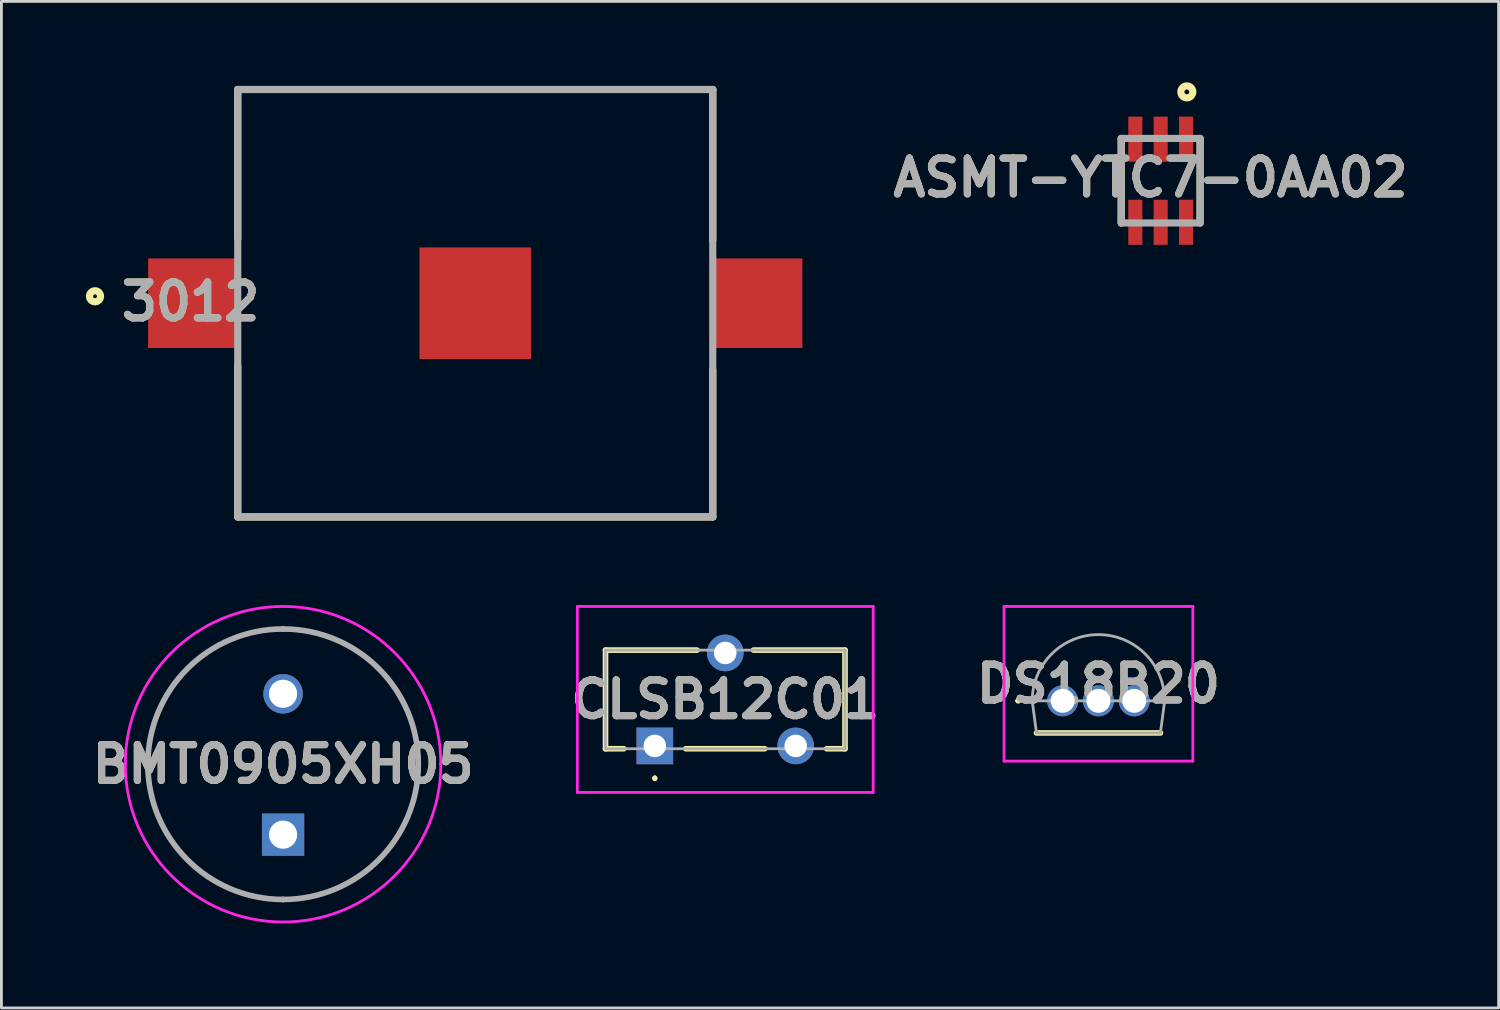
<source format=kicad_pcb>
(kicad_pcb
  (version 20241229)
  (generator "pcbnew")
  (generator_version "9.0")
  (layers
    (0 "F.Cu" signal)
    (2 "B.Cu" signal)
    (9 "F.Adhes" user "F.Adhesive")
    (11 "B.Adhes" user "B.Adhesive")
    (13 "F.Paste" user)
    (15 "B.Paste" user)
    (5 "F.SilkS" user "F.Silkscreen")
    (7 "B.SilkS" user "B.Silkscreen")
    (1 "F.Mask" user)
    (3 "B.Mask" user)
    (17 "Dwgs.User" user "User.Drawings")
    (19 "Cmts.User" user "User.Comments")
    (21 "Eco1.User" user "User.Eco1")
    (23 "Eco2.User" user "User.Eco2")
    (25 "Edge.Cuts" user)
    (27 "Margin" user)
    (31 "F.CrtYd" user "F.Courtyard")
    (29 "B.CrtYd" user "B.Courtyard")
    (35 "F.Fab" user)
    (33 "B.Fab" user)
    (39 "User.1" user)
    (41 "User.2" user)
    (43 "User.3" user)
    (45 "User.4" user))
  (footprint "DS18B20"
    (layer "F.Cu")
    (at 35.936 21.824)
    (property "Reference" "DS18B20" (at 0 -0.605 0) (layer "F.SilkS") (effects (font (size 1.27 1.27) (thickness 0.254))))
    (attr through_hole)
    (fp_line (start -2.9 0) (end -2.9 0) (stroke (width 0.1) (type solid)) (layer "F.SilkS"))
    (fp_line (start -2.8 0) (end -2.8 0) (stroke (width 0.1) (type solid)) (layer "F.SilkS"))
    (fp_line (start -2.2 1.14) (end 2.2 1.14) (stroke (width 0.2) (type solid)) (layer "F.SilkS"))
    (fp_arc (start -2.9 0) (mid -2.85 -0.05) (end -2.8 0) (stroke (width 0.1) (type solid)) (layer "F.SilkS"))
    (fp_arc (start -2.8 0) (mid -2.85 0.05) (end -2.9 0) (stroke (width 0.1) (type solid)) (layer "F.SilkS"))
    (fp_line (start -3.35 -3.35) (end 3.35 -3.35) (stroke (width 0.1) (type solid)) (layer "F.CrtYd"))
    (fp_line (start -3.35 2.14) (end -3.35 -3.35) (stroke (width 0.1) (type solid)) (layer "F.CrtYd"))
    (fp_line (start 3.35 -3.35) (end 3.35 2.14) (stroke (width 0.1) (type solid)) (layer "F.CrtYd"))
    (fp_line (start 3.35 2.14) (end -3.35 2.14) (stroke (width 0.1) (type solid)) (layer "F.CrtYd"))
    (fp_line (start -2.35 0) (end -2.2 1.14) (stroke (width 0.1) (type solid)) (layer "F.Fab"))
    (fp_line (start -2.35 0) (end 2.35 0) (stroke (width 0.1) (type solid)) (layer "F.Fab"))
    (fp_line (start -2.2 1.14) (end 2.2 1.14) (stroke (width 0.1) (type solid)) (layer "F.Fab"))
    (fp_line (start 2.2 1.14) (end 2.35 0) (stroke (width 0.1) (type solid)) (layer "F.Fab"))
    (fp_line (start 2.35 0) (end 2.35 0) (stroke (width 0.1) (type solid)) (layer "F.Fab"))
    (fp_arc (start -2.35 0) (mid 0 -2.35) (end 2.35 0) (stroke (width 0.1) (type solid)) (layer "F.Fab"))
    (fp_text user "${REFERENCE}" (at 0 -0.605 0) (layer "F.Fab") (effects (font (size 1.27 1.27) (thickness 0.254))))
    (pad "1" thru_hole circle (at -1.27 0) (size 1.1 1.1) (drill 0.85) (layers "*.Cu" "*.Mask"))
    (pad "2" thru_hole circle (at 0 0) (size 1.1 1.1) (drill 0.85) (layers "*.Cu" "*.Mask"))
    (pad "3" thru_hole circle (at 1.27 0) (size 1.1 1.1) (drill 0.85) (layers "*.Cu" "*.Mask")))
  (footprint "ASMT-YTC7-0AA02"
    (layer "F.Cu")
    (at 38.145 3.364)
    (property "Reference" "ASMT-YTC7-0AA02" (at -0.361 -0.107 0) (layer "F.SilkS") (effects (font (size 1.27 1.27) (thickness 0.254))))
    (attr smd)
    (fp_line (start -1.4 -1.5) (end -1.4 1.5) (stroke (width 0.254) (type solid)) (layer "F.SilkS"))
    (fp_line (start 1.4 -1.5) (end 1.4 1.5) (stroke (width 0.254) (type solid)) (layer "F.SilkS"))
    (fp_circle (center 0.928 -3.152) (end 0.928 -3.067) (stroke (width 0.254) (type solid)) (fill no) (layer "F.SilkS"))
    (fp_line (start -1.4 -1.5) (end 1.4 -1.5) (stroke (width 0.254) (type solid)) (layer "F.Fab"))
    (fp_line (start -1.4 1.5) (end -1.4 -1.5) (stroke (width 0.254) (type solid)) (layer "F.Fab"))
    (fp_line (start 1.4 -1.5) (end 1.4 1.5) (stroke (width 0.254) (type solid)) (layer "F.Fab"))
    (fp_line (start 1.4 1.5) (end -1.4 1.5) (stroke (width 0.254) (type solid)) (layer "F.Fab"))
    (fp_text user "${REFERENCE}" (at -0.361 -0.107 0) (layer "F.Fab") (effects (font (size 1.27 1.27) (thickness 0.254))))
    (pad "1" smd rect (at 0.9 -1.475) (size 0.5 1.6) (layers "F.Cu" "F.Mask" "F.Paste"))
    (pad "2" smd rect (at 0 -1.475) (size 0.5 1.6) (layers "F.Cu" "F.Mask" "F.Paste"))
    (pad "3" smd rect (at -0.9 -1.475) (size 0.5 1.6) (layers "F.Cu" "F.Mask" "F.Paste"))
    (pad "4" smd rect (at -0.9 1.475) (size 0.5 1.6) (layers "F.Cu" "F.Mask" "F.Paste"))
    (pad "5" smd rect (at 0 1.475) (size 0.5 1.6) (layers "F.Cu" "F.Mask" "F.Paste"))
    (pad "6" smd rect (at 0.9 1.475) (size 0.5 1.6) (layers "F.Cu" "F.Mask" "F.Paste")))
  (footprint "CLSB12C01"
    (layer "F.Cu")
    (at 20.191 23.424)
    (property "Reference" "CLSB12C01" (at 2.5 -1.65 0) (layer "F.SilkS") (effects (font (size 1.27 1.27) (thickness 0.254))))
    (attr through_hole)
    (fp_line (start -1.75 -3.4) (end -1.75 0.1) (stroke (width 0.2) (type solid)) (layer "F.SilkS"))
    (fp_line (start -1.75 0.1) (end -1.1 0.1) (stroke (width 0.2) (type solid)) (layer "F.SilkS"))
    (fp_line (start 0 1.1) (end 0 1.1) (stroke (width 0.1) (type solid)) (layer "F.SilkS"))
    (fp_line (start 0 1.2) (end 0 1.2) (stroke (width 0.1) (type solid)) (layer "F.SilkS"))
    (fp_line (start 1.5 -3.4) (end -1.75 -3.4) (stroke (width 0.2) (type solid)) (layer "F.SilkS"))
    (fp_line (start 3.5 -3.4) (end 6.75 -3.4) (stroke (width 0.2) (type solid)) (layer "F.SilkS"))
    (fp_line (start 3.9 0.1) (end 1.1 0.1) (stroke (width 0.2) (type solid)) (layer "F.SilkS"))
    (fp_line (start 6.75 -3.4) (end 6.75 0.1) (stroke (width 0.2) (type solid)) (layer "F.SilkS"))
    (fp_line (start 6.75 0.1) (end 6.1 0.1) (stroke (width 0.2) (type solid)) (layer "F.SilkS"))
    (fp_arc (start 0 1.1) (mid 0.05 1.15) (end 0 1.2) (stroke (width 0.1) (type solid)) (layer "F.SilkS"))
    (fp_arc (start 0 1.2) (mid -0.05 1.15) (end 0 1.1) (stroke (width 0.1) (type solid)) (layer "F.SilkS"))
    (fp_line (start -2.75 -4.95) (end 7.75 -4.95) (stroke (width 0.1) (type solid)) (layer "F.CrtYd"))
    (fp_line (start -2.75 1.65) (end -2.75 -4.95) (stroke (width 0.1) (type solid)) (layer "F.CrtYd"))
    (fp_line (start 7.75 -4.95) (end 7.75 1.65) (stroke (width 0.1) (type solid)) (layer "F.CrtYd"))
    (fp_line (start 7.75 1.65) (end -2.75 1.65) (stroke (width 0.1) (type solid)) (layer "F.CrtYd"))
    (fp_line (start -1.75 -3.4) (end 6.75 -3.4) (stroke (width 0.1) (type solid)) (layer "F.Fab"))
    (fp_line (start -1.75 0.1) (end -1.75 -3.4) (stroke (width 0.1) (type solid)) (layer "F.Fab"))
    (fp_line (start 6.75 -3.4) (end 6.75 0.1) (stroke (width 0.1) (type solid)) (layer "F.Fab"))
    (fp_line (start 6.75 0.1) (end -1.75 0.1) (stroke (width 0.1) (type solid)) (layer "F.Fab"))
    (fp_text user "${REFERENCE}" (at 2.5 -1.65 0) (layer "F.Fab") (effects (font (size 1.27 1.27) (thickness 0.254))))
    (pad "1" thru_hole rect (at 0 0) (size 1.3 1.3) (drill 0.8) (layers "*.Cu" "*.Mask"))
    (pad "2" thru_hole circle (at 5 0) (size 1.3 1.3) (drill 0.8) (layers "*.Cu" "*.Mask"))
    (pad "3" thru_hole circle (at 2.5 -3.3) (size 1.3 1.3) (drill 0.8) (layers "*.Cu" "*.Mask")))
  (footprint "BMT0905XH05"
    (layer "F.Cu")
    (at 6.997 26.574)
    (property "Reference" "BMT0905XH05" (at 0 -2.5 0) (layer "F.SilkS") (effects (font (size 1.27 1.27) (thickness 0.254))))
    (attr through_hole)
    (fp_line (start 0 -7.3) (end 0 -7.3) (stroke (width 0.1) (type solid)) (layer "F.SilkS"))
    (fp_line (start 0 2.3) (end 0 2.3) (stroke (width 0.1) (type solid)) (layer "F.SilkS"))
    (fp_arc (start 0 -7.3) (mid 4.8 -2.5) (end 0 2.3) (stroke (width 0.1) (type solid)) (layer "F.SilkS"))
    (fp_arc (start 0 2.3) (mid -4.8 -2.5) (end 0 -7.3) (stroke (width 0.1) (type solid)) (layer "F.SilkS"))
    (fp_line (start -5.6 -2.5) (end -5.6 -2.5) (stroke (width 0.1) (type solid)) (layer "F.CrtYd"))
    (fp_line (start 5.6 -2.5) (end 5.6 -2.5) (stroke (width 0.1) (type solid)) (layer "F.CrtYd"))
    (fp_arc (start -5.6 -2.5) (mid 0 -8.1) (end 5.6 -2.5) (stroke (width 0.1) (type solid)) (layer "F.CrtYd"))
    (fp_arc (start 5.6 -2.5) (mid 0 3.1) (end -5.6 -2.5) (stroke (width 0.1) (type solid)) (layer "F.CrtYd"))
    (fp_line (start 0 -7.3) (end 0 -7.3) (stroke (width 0.2) (type solid)) (layer "F.Fab"))
    (fp_line (start 0 2.3) (end 0 2.3) (stroke (width 0.2) (type solid)) (layer "F.Fab"))
    (fp_arc (start 0 -7.3) (mid 4.8 -2.5) (end 0 2.3) (stroke (width 0.2) (type solid)) (layer "F.Fab"))
    (fp_arc (start 0 2.3) (mid -4.8 -2.5) (end 0 -7.3) (stroke (width 0.2) (type solid)) (layer "F.Fab"))
    (fp_text user "${REFERENCE}" (at 0 -2.5 0) (layer "F.Fab") (effects (font (size 1.27 1.27) (thickness 0.254))))
    (pad "1" thru_hole rect (at 0 0) (size 1.5 1.5) (drill 1) (layers "*.Cu" "*.Mask"))
    (pad "2" thru_hole circle (at 0 -5) (size 1.4 1.4) (drill 1) (layers "*.Cu" "*.Mask")))
  (footprint "3012"
    (layer "F.Cu")
    (at 13.818 7.712)
    (property "Reference" "3012" (at -10.105 -0.057 0) (layer "F.SilkS") (effects (font (size 1.27 1.27) (thickness 0.254))))
    (attr smd)
    (fp_line (start -8.43 -7.585) (end -8.43 -2.277) (stroke (width 0.254) (type solid)) (layer "F.SilkS"))
    (fp_line (start -8.43 7.585) (end -8.43 2.221) (stroke (width 0.254) (type solid)) (layer "F.SilkS"))
    (fp_line (start -8.43 7.585) (end 8.43 7.585) (stroke (width 0.254) (type solid)) (layer "F.SilkS"))
    (fp_line (start 8.43 -7.585) (end -8.43 -7.585) (stroke (width 0.254) (type solid)) (layer "F.SilkS"))
    (fp_line (start 8.43 -7.585) (end 8.43 -2.241) (stroke (width 0.254) (type solid)) (layer "F.SilkS"))
    (fp_line (start 8.43 7.585) (end 8.43 2.366) (stroke (width 0.254) (type solid)) (layer "F.SilkS"))
    (fp_circle (center -13.496 -0.246) (end -13.496 -0.05) (stroke (width 0.254) (type solid)) (fill no) (layer "F.SilkS"))
    (fp_line (start -8.43 -7.585) (end 8.43 -7.585) (stroke (width 0.254) (type solid)) (layer "F.Fab"))
    (fp_line (start -8.43 7.585) (end -8.43 -7.585) (stroke (width 0.254) (type solid)) (layer "F.Fab"))
    (fp_line (start 8.43 -7.585) (end 8.43 7.585) (stroke (width 0.254) (type solid)) (layer "F.Fab"))
    (fp_line (start 8.43 7.585) (end -8.43 7.585) (stroke (width 0.254) (type solid)) (layer "F.Fab"))
    (fp_text user "${REFERENCE}" (at -10.105 -0.057 0) (layer "F.Fab") (effects (font (size 1.27 1.27) (thickness 0.254))))
    (pad "1" smd rect (at -10.02 0 90) (size 3.18 3.18) (layers "F.Cu" "F.Mask" "F.Paste"))
    (pad "2" smd rect (at 0 0 90) (size 3.96 3.96) (layers "F.Cu" "F.Mask" "F.Paste"))
    (pad "3" smd rect (at 10.02 0 90) (size 3.18 3.18) (layers "F.Cu" "F.Mask" "F.Paste")))
  (gr_rect
    (start -3 -3)
    (end 50.139 32.724)
    (stroke (width 0.1) (type default))
    (fill no)
    (layer "Edge.Cuts")))
</source>
